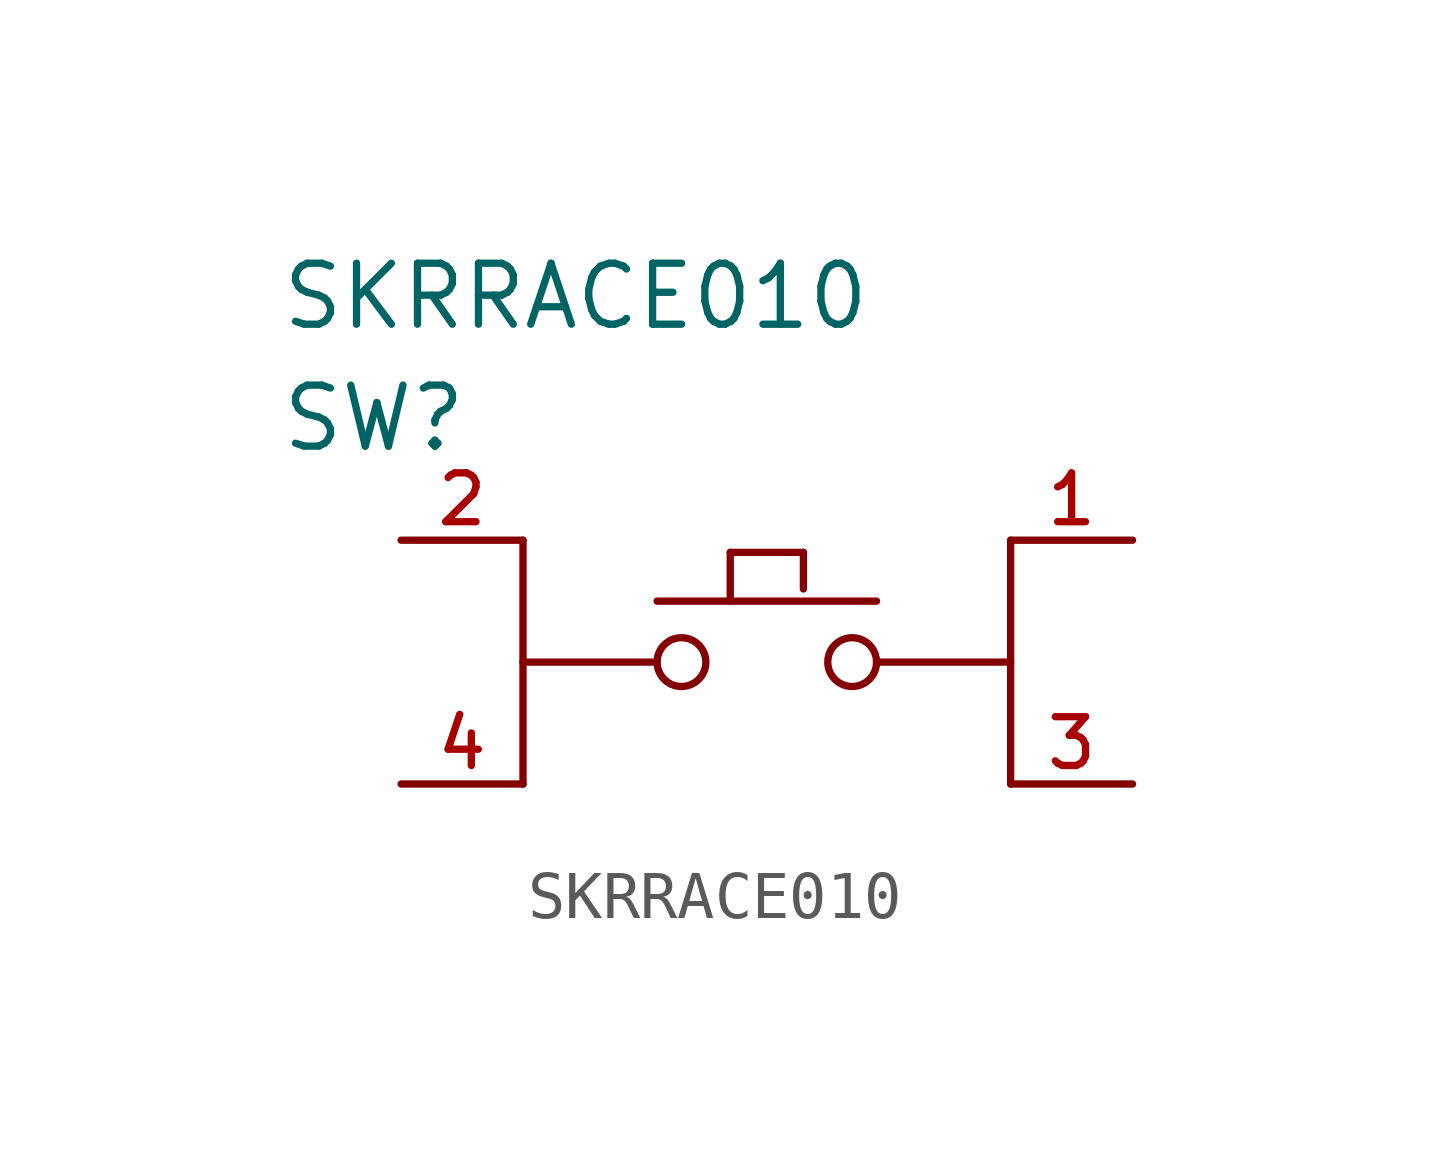
<source format=kicad_sym>
(kicad_symbol_lib
  (version 20210619)
  (generator kicad_symbol_editor)
  (symbol "EECBTN:SKRRACE010"
    (pin_names
      (offset 1.016))
    (property "Reference" "SW"
      (at 0 2.54 0)
      (effects (font (size 1.27 1.27)) (justify left)))
    (property "Value" "SKRRACE010"
      (at 0 5.08 0)
      (effects (font (size 1.27 1.27)) (justify left)))
    (property "ki_locked" ""
      (at 0 0 0)
      (effects (font (size 1.27 1.27))))
    (symbol "SKRRACE010_1_1"
      (circle (center 8.382 -2.54) (radius 0.508) (stroke (width 0)) (fill (type none)))
      (circle (center 11.938 -2.54) (radius 0.508) (stroke (width 0)) (fill (type none)))
      (polyline (pts (xy 5.08 0) (xy 5.08 -5.08)) (stroke (width 0)) (fill (type none)))
      (polyline (pts (xy 7.874 -2.54) (xy 5.08 -2.54)) (stroke (width 0)) (fill (type none)))
      (polyline (pts (xy 7.874 -1.27) (xy 12.446 -1.27)) (stroke (width 0)) (fill (type none)))
      (polyline (pts (xy 9.398 -1.27) (xy 9.398 -0.254)) (stroke (width 0)) (fill (type none)))
      (polyline (pts (xy 9.398 -0.254) (xy 10.922 -0.254)) (stroke (width 0)) (fill (type none)))
      (polyline (pts (xy 10.922 -0.254) (xy 10.922 -1.016)) (stroke (width 0)) (fill (type none)))
      (polyline (pts (xy 12.446 -2.54) (xy 15.24 -2.54)) (stroke (width 0)) (fill (type none)))
      (polyline (pts (xy 15.24 0) (xy 15.24 -5.08)) (stroke (width 0)) (fill (type none)))
      (pin passive line (at 17.78 0 180) (length 2.54) (name "1" (effects (font (size 0 0)))) (number "1" (effects (font (size 1.016 1.016)))))
      (pin passive line (at 2.54 0 0) (length 2.54) (name "2" (effects (font (size 0 0)))) (number "2" (effects (font (size 1.016 1.016)))))
      (pin passive line (at 17.78 -5.08 180) (length 2.54) (name "3" (effects (font (size 0 0)))) (number "3" (effects (font (size 1.016 1.016)))))
      (pin passive line (at 2.54 -5.08 0) (length 2.54) (name "4" (effects (font (size 0 0)))) (number "4" (effects (font (size 1.016 1.016))))))))
</source>
